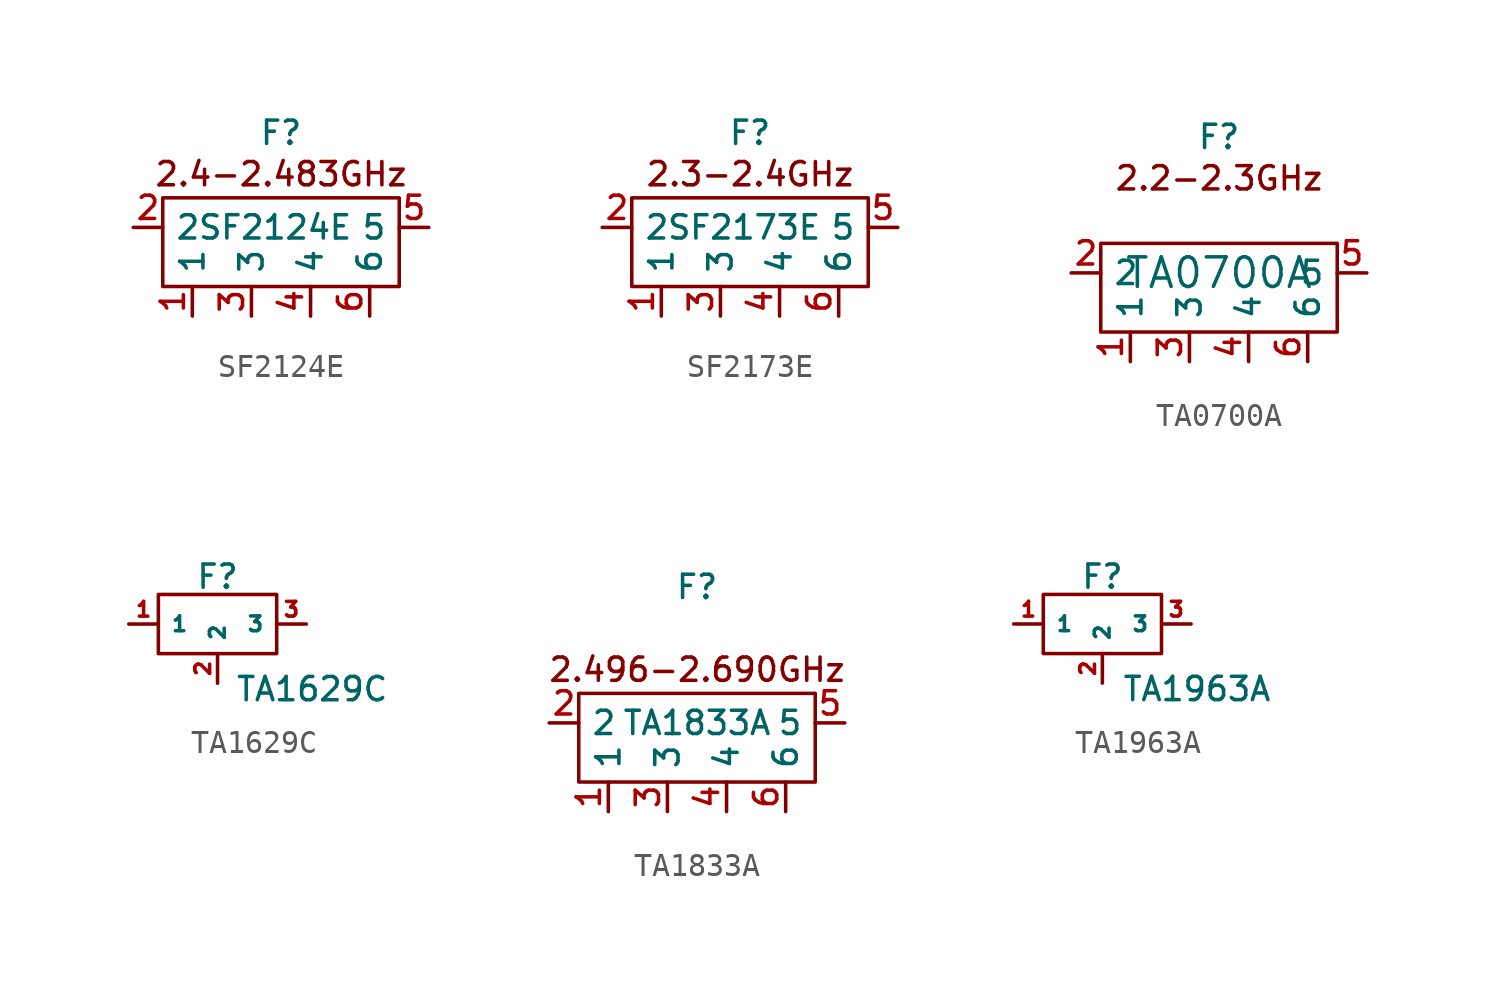
<source format=kicad_sym>
(kicad_symbol_lib
  (version 20241209)
  (generator "kicad_symbol_editor")
  (generator_version "9.0")
  (symbol "SF2124E"
    (property "Reference" "F"
      (at 0 4.064 0)
      (effects (font (size 1 1))))
    (property "Value" "SF2124E"
      (at -0.254 0 0)
      (effects (font (size 1 1))))
    (symbol "SF2124E_1_1"
      (rectangle (start -5.08 1.27) (end 5.08 -2.54) (stroke (width 0) (type default)) (fill (type none)))
      (text "2.4-2.483GHz" (at 0 2.286 0) (effects (font (size 1 1))))
      (pin bidirectional line (at -6.35 0 0) (length 1.27) (name "2" (effects (font (size 1 1)))) (number "2" (effects (font (size 1 1)))))
      (pin power_in line (at -3.81 -3.81 90) (length 1.27) (name "1" (effects (font (size 1 1)))) (number "1" (effects (font (size 1 1)))))
      (pin power_in line (at -1.27 -3.81 90) (length 1.27) (name "3" (effects (font (size 1 1)))) (number "3" (effects (font (size 1 1)))))
      (pin power_in line (at 1.27 -3.81 90) (length 1.27) (name "4" (effects (font (size 1 1)))) (number "4" (effects (font (size 1 1)))))
      (pin power_in line (at 3.81 -3.81 90) (length 1.27) (name "6" (effects (font (size 1 1)))) (number "6" (effects (font (size 1 1)))))
      (pin bidirectional line (at 6.35 0 180) (length 1.27) (name "5" (effects (font (size 1 1)))) (number "5" (effects (font (size 1 1)))))))
  (symbol "SF2173E"
    (property "Reference" "F"
      (at 0 4.064 0)
      (effects (font (size 1 1))))
    (property "Value" "SF2173E"
      (at -0.254 0 0)
      (effects (font (size 1 1))))
    (symbol "SF2173E_1_1"
      (rectangle (start -5.08 1.27) (end 5.08 -2.54) (stroke (width 0) (type default)) (fill (type none)))
      (text "2.3-2.4GHz" (at 0 2.286 0) (effects (font (size 1 1))))
      (pin bidirectional line (at -6.35 0 0) (length 1.27) (name "2" (effects (font (size 1 1)))) (number "2" (effects (font (size 1 1)))))
      (pin power_in line (at -3.81 -3.81 90) (length 1.27) (name "1" (effects (font (size 1 1)))) (number "1" (effects (font (size 1 1)))))
      (pin power_in line (at -1.27 -3.81 90) (length 1.27) (name "3" (effects (font (size 1 1)))) (number "3" (effects (font (size 1 1)))))
      (pin power_in line (at 1.27 -3.81 90) (length 1.27) (name "4" (effects (font (size 1 1)))) (number "4" (effects (font (size 1 1)))))
      (pin power_in line (at 3.81 -3.81 90) (length 1.27) (name "6" (effects (font (size 1 1)))) (number "6" (effects (font (size 1 1)))))
      (pin bidirectional line (at 6.35 0 180) (length 1.27) (name "5" (effects (font (size 1 1)))) (number "5" (effects (font (size 1 1)))))))
  (symbol "TA0700A"
    (property "Reference" "F"
      (at 0 5.842 0)
      (effects (font (size 1 1))))
    (property "Value" "TA0700A"
      (at 0 0 0)
      (effects (font (size 1.27 1.27))))
    (symbol "TA0700A_1_1"
      (rectangle (start -5.08 1.27) (end 5.08 -2.54) (stroke (width 0) (type default)) (fill (type none)))
      (text "2.2-2.3GHz" (at 0 4.064 0) (effects (font (size 1 1))))
      (pin bidirectional line (at -6.35 0 0) (length 1.27) (name "2" (effects (font (size 1 1)))) (number "2" (effects (font (size 1 1)))))
      (pin power_in line (at -3.81 -3.81 90) (length 1.27) (name "1" (effects (font (size 1 1)))) (number "1" (effects (font (size 1 1)))))
      (pin power_in line (at -1.27 -3.81 90) (length 1.27) (name "3" (effects (font (size 1 1)))) (number "3" (effects (font (size 1 1)))))
      (pin power_in line (at 1.27 -3.81 90) (length 1.27) (name "4" (effects (font (size 1 1)))) (number "4" (effects (font (size 1 1)))))
      (pin power_in line (at 3.81 -3.81 90) (length 1.27) (name "6" (effects (font (size 1 1)))) (number "6" (effects (font (size 1 1)))))
      (pin bidirectional line (at 6.35 0 180) (length 1.27) (name "5" (effects (font (size 1 1)))) (number "5" (effects (font (size 1 1)))))))
  (symbol "TA1629C"
    (property "Reference" "F"
      (at 0 2.032 0)
      (effects (font (size 1 1))))
    (property "Value" "TA1629C"
      (at 4.064 -2.794 0)
      (effects (font (size 1 1))))
    (symbol "TA1629C_0_1"
      (rectangle (start -2.54 1.27) (end 2.54 -1.27) (stroke (width 0) (type default)) (fill (type none))))
    (symbol "TA1629C_1_1"
      (pin bidirectional line (at -3.81 0 0) (length 1.27) (name "1" (effects (font (size 0.635 0.635)))) (number "1" (effects (font (size 0.635 0.635)))))
      (pin power_in line (at 0 -2.54 90) (length 1.27) (name "2" (effects (font (size 0.635 0.635)))) (number "2" (effects (font (size 0.635 0.635)))))
      (pin power_in line (at 0 -2.54 90) (length 1.27) (hide yes) (name "4" (effects (font (size 0.635 0.635)))) (number "4" (effects (font (size 0.635 0.635)))))
      (pin power_in line (at 0 -2.54 90) (length 1.27) (hide yes) (name "5" (effects (font (size 0.635 0.635)))) (number "5" (effects (font (size 0.635 0.635)))))
      (pin bidirectional line (at 3.81 0 180) (length 1.27) (name "3" (effects (font (size 0.635 0.635)))) (number "3" (effects (font (size 0.635 0.635)))))))
  (symbol "TA1833A"
    (property "Reference" "F"
      (at 0 5.842 0)
      (effects (font (size 1 1))))
    (property "Value" "TA1833A"
      (at 0 0 0)
      (effects (font (size 1 1))))
    (symbol "TA1833A_1_1"
      (rectangle (start -5.08 1.27) (end 5.08 -2.54) (stroke (width 0) (type default)) (fill (type none)))
      (text "2.496-2.690GHz" (at 0 2.286 0) (effects (font (size 1 1))))
      (pin bidirectional line (at -6.35 0 0) (length 1.27) (name "2" (effects (font (size 1 1)))) (number "2" (effects (font (size 1 1)))))
      (pin power_in line (at -3.81 -3.81 90) (length 1.27) (name "1" (effects (font (size 1 1)))) (number "1" (effects (font (size 1 1)))))
      (pin power_in line (at -1.27 -3.81 90) (length 1.27) (name "3" (effects (font (size 1 1)))) (number "3" (effects (font (size 1 1)))))
      (pin power_in line (at 1.27 -3.81 90) (length 1.27) (name "4" (effects (font (size 1 1)))) (number "4" (effects (font (size 1 1)))))
      (pin power_in line (at 3.81 -3.81 90) (length 1.27) (name "6" (effects (font (size 1 1)))) (number "6" (effects (font (size 1 1)))))
      (pin bidirectional line (at 6.35 0 180) (length 1.27) (name "5" (effects (font (size 1 1)))) (number "5" (effects (font (size 1 1)))))))
  (symbol "TA1963A"
    (property "Reference" "F"
      (at 0 2.032 0)
      (effects (font (size 1 1))))
    (property "Value" "TA1963A"
      (at 4.064 -2.794 0)
      (effects (font (size 1 1))))
    (symbol "TA1963A_0_1"
      (rectangle (start -2.54 1.27) (end 2.54 -1.27) (stroke (width 0) (type default)) (fill (type none))))
    (symbol "TA1963A_1_1"
      (pin bidirectional line (at -3.81 0 0) (length 1.27) (name "1" (effects (font (size 0.635 0.635)))) (number "1" (effects (font (size 0.635 0.635)))))
      (pin power_in line (at 0 -2.54 90) (length 1.27) (name "2" (effects (font (size 0.635 0.635)))) (number "2" (effects (font (size 0.635 0.635)))))
      (pin power_in line (at 0 -2.54 90) (length 1.27) (hide yes) (name "4" (effects (font (size 0.635 0.635)))) (number "4" (effects (font (size 0.635 0.635)))))
      (pin power_in line (at 0 -2.54 90) (length 1.27) (hide yes) (name "5" (effects (font (size 0.635 0.635)))) (number "5" (effects (font (size 0.635 0.635)))))
      (pin bidirectional line (at 3.81 0 180) (length 1.27) (name "3" (effects (font (size 0.635 0.635)))) (number "3" (effects (font (size 0.635 0.635))))))))
</source>
